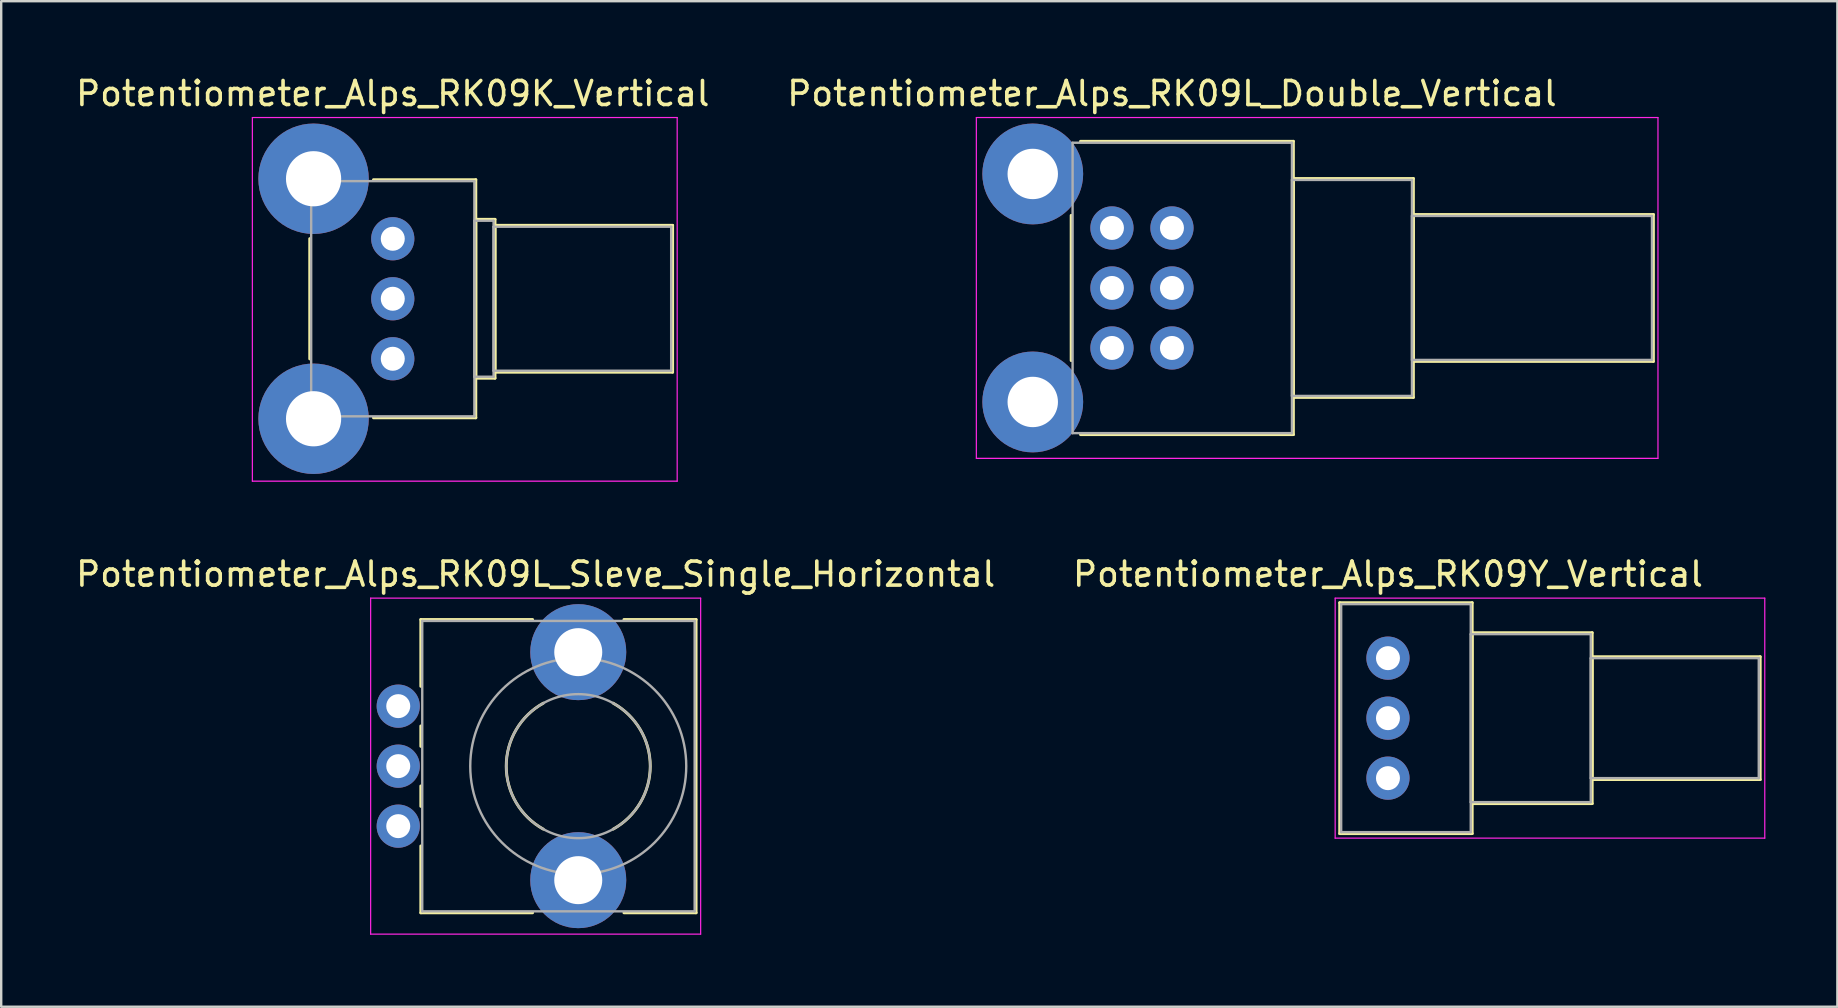
<source format=kicad_pcb>
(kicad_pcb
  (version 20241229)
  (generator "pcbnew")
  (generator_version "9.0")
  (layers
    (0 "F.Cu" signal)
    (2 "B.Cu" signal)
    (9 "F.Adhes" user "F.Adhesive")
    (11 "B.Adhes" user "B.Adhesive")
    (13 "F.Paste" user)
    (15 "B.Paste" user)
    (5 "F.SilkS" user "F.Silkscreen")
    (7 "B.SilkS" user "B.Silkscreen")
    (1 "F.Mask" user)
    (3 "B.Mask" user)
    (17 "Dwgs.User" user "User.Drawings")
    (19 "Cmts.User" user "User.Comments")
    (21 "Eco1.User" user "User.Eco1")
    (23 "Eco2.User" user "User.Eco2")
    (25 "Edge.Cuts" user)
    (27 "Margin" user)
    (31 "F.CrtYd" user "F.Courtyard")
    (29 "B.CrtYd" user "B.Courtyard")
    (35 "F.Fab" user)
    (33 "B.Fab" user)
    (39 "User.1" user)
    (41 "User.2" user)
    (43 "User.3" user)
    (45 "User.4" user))
  (footprint "Potentiometer_Alps_RK09L_Sleve_Single_Horizontal"
    (layer "F.Cu")
    (at 13.543 31.372)
    (property "Reference" "Potentiometer_Alps_RK09L_Sleve_Single_Horizontal" (at 5.725 -10.5 0) (layer "F.SilkS") (effects (font (size 1 1) (thickness 0.15))))
    (attr through_hole)
    (fp_line (start 0.94 -8.61) (end 0.94 -5.825) (stroke (width 0.12) (type solid)) (layer "F.SilkS"))
    (fp_line (start 0.94 -8.61) (end 5.598 -8.61) (stroke (width 0.12) (type solid)) (layer "F.SilkS"))
    (fp_line (start 0.94 -4.175) (end 0.94 -3.325) (stroke (width 0.12) (type solid)) (layer "F.SilkS"))
    (fp_line (start 0.94 -1.675) (end 0.94 -0.825) (stroke (width 0.12) (type solid)) (layer "F.SilkS"))
    (fp_line (start 0.94 0.825) (end 0.94 3.61) (stroke (width 0.12) (type solid)) (layer "F.SilkS"))
    (fp_line (start 0.94 3.61) (end 5.598 3.61) (stroke (width 0.12) (type solid)) (layer "F.SilkS"))
    (fp_line (start 9.403 -8.61) (end 12.41 -8.61) (stroke (width 0.12) (type solid)) (layer "F.SilkS"))
    (fp_line (start 9.403 3.61) (end 12.41 3.61) (stroke (width 0.12) (type solid)) (layer "F.SilkS"))
    (fp_line (start 12.41 -8.61) (end 12.41 3.61) (stroke (width 0.12) (type solid)) (layer "F.SilkS"))
    (fp_arc (start 6.044376 0.1241) (mid 4.49921 -2.500928) (end 6.046 -5.125) (stroke (width 0.12) (type solid)) (layer "F.SilkS"))
    (fp_arc (start 8.954246 -5.124418) (mid 10.5004 -2.500431) (end 8.955 0.124) (stroke (width 0.12) (type solid)) (layer "F.SilkS"))
    (fp_line (start -1.15 -9.5) (end -1.15 4.5) (stroke (width 0.05) (type solid)) (layer "F.CrtYd"))
    (fp_line (start -1.15 4.5) (end 12.6 4.5) (stroke (width 0.05) (type solid)) (layer "F.CrtYd"))
    (fp_line (start 12.6 -9.5) (end -1.15 -9.5) (stroke (width 0.05) (type solid)) (layer "F.CrtYd"))
    (fp_line (start 12.6 4.5) (end 12.6 -9.5) (stroke (width 0.05) (type solid)) (layer "F.CrtYd"))
    (fp_line (start 1 -8.55) (end 1 3.55) (stroke (width 0.1) (type solid)) (layer "F.Fab"))
    (fp_line (start 1 3.55) (end 12.35 3.55) (stroke (width 0.1) (type solid)) (layer "F.Fab"))
    (fp_line (start 12.35 -8.55) (end 1 -8.55) (stroke (width 0.1) (type solid)) (layer "F.Fab"))
    (fp_line (start 12.35 3.55) (end 12.35 -8.55) (stroke (width 0.1) (type solid)) (layer "F.Fab"))
    (fp_circle (center 7.5 -2.5) (end 10.5 -2.5) (stroke (width 0.1) (type solid)) (fill no) (layer "F.Fab"))
    (fp_circle (center 7.5 -2.5) (end 12 -2.5) (stroke (width 0.1) (type solid)) (fill no) (layer "F.Fab"))
    (pad "" np_thru_hole circle (at 7.5 -7.25) (size 4 4) (drill 2) (layers "*.Cu" "*.Mask"))
    (pad "" np_thru_hole circle (at 7.5 2.25) (size 4 4) (drill 2) (layers "*.Cu" "*.Mask"))
    (pad "1" thru_hole circle (at 0 0) (size 1.8 1.8) (drill 1) (layers "*.Cu" "*.Mask"))
    (pad "2" thru_hole circle (at 0 -2.5) (size 1.8 1.8) (drill 1) (layers "*.Cu" "*.Mask"))
    (pad "3" thru_hole circle (at 0 -5) (size 1.8 1.8) (drill 1) (layers "*.Cu" "*.Mask")))
  (footprint "Potentiometer_Alps_RK09K_Vertical"
    (layer "F.Cu")
    (at 13.315 11.898)
    (property "Reference" "Potentiometer_Alps_RK09K_Vertical" (at 0 -11.05 0) (layer "F.SilkS") (effects (font (size 1 1) (thickness 0.15))))
    (attr through_hole)
    (fp_line (start -3.46 -5.005) (end -3.46 0.005) (stroke (width 0.12) (type solid)) (layer "F.SilkS"))
    (fp_line (start -0.805 -7.461) (end 3.46 -7.461) (stroke (width 0.12) (type solid)) (layer "F.SilkS"))
    (fp_line (start -0.805 2.46) (end 3.46 2.46) (stroke (width 0.12) (type solid)) (layer "F.SilkS"))
    (fp_line (start 3.46 -7.461) (end 3.46 2.46) (stroke (width 0.12) (type solid)) (layer "F.SilkS"))
    (fp_line (start 3.46 -5.81) (end 3.46 0.81) (stroke (width 0.12) (type solid)) (layer "F.SilkS"))
    (fp_line (start 3.46 -5.81) (end 4.26 -5.81) (stroke (width 0.12) (type solid)) (layer "F.SilkS"))
    (fp_line (start 3.46 0.81) (end 4.26 0.81) (stroke (width 0.12) (type solid)) (layer "F.SilkS"))
    (fp_line (start 4.26 -5.81) (end 4.26 0.81) (stroke (width 0.12) (type solid)) (layer "F.SilkS"))
    (fp_line (start 4.26 -5.56) (end 4.26 0.56) (stroke (width 0.12) (type solid)) (layer "F.SilkS"))
    (fp_line (start 4.26 -5.56) (end 11.66 -5.56) (stroke (width 0.12) (type solid)) (layer "F.SilkS"))
    (fp_line (start 4.26 0.56) (end 11.66 0.56) (stroke (width 0.12) (type solid)) (layer "F.SilkS"))
    (fp_line (start 11.66 -5.56) (end 11.66 0.56) (stroke (width 0.12) (type solid)) (layer "F.SilkS"))
    (fp_line (start -5.85 -10.05) (end -5.85 5.1) (stroke (width 0.05) (type solid)) (layer "F.CrtYd"))
    (fp_line (start -5.85 5.1) (end 11.85 5.1) (stroke (width 0.05) (type solid)) (layer "F.CrtYd"))
    (fp_line (start 11.85 -10.05) (end -5.85 -10.05) (stroke (width 0.05) (type solid)) (layer "F.CrtYd"))
    (fp_line (start 11.85 5.1) (end 11.85 -10.05) (stroke (width 0.05) (type solid)) (layer "F.CrtYd"))
    (fp_line (start -3.4 -7.4) (end -3.4 2.4) (stroke (width 0.1) (type solid)) (layer "F.Fab"))
    (fp_line (start -3.4 2.4) (end 3.4 2.4) (stroke (width 0.1) (type solid)) (layer "F.Fab"))
    (fp_line (start 3.4 -7.4) (end -3.4 -7.4) (stroke (width 0.1) (type solid)) (layer "F.Fab"))
    (fp_line (start 3.4 -5.75) (end 3.4 0.75) (stroke (width 0.1) (type solid)) (layer "F.Fab"))
    (fp_line (start 3.4 0.75) (end 4.2 0.75) (stroke (width 0.1) (type solid)) (layer "F.Fab"))
    (fp_line (start 3.4 2.4) (end 3.4 -7.4) (stroke (width 0.1) (type solid)) (layer "F.Fab"))
    (fp_line (start 4.2 -5.75) (end 3.4 -5.75) (stroke (width 0.1) (type solid)) (layer "F.Fab"))
    (fp_line (start 4.2 -5.5) (end 4.2 0.5) (stroke (width 0.1) (type solid)) (layer "F.Fab"))
    (fp_line (start 4.2 0.5) (end 11.6 0.5) (stroke (width 0.1) (type solid)) (layer "F.Fab"))
    (fp_line (start 4.2 0.75) (end 4.2 -5.75) (stroke (width 0.1) (type solid)) (layer "F.Fab"))
    (fp_line (start 11.6 -5.5) (end 4.2 -5.5) (stroke (width 0.1) (type solid)) (layer "F.Fab"))
    (fp_line (start 11.6 0.5) (end 11.6 -5.5) (stroke (width 0.1) (type solid)) (layer "F.Fab"))
    (pad "0" thru_hole circle (at -3.3 -7.5) (size 4.6 4.6) (drill 2.3) (layers "*.Cu" "*.Mask"))
    (pad "0" thru_hole circle (at -3.3 2.5) (size 4.6 4.6) (drill 2.3) (layers "*.Cu" "*.Mask"))
    (pad "1" thru_hole circle (at 0 0) (size 1.8 1.8) (drill 1) (layers "*.Cu" "*.Mask"))
    (pad "2" thru_hole circle (at 0 -2.5) (size 1.8 1.8) (drill 1) (layers "*.Cu" "*.Mask"))
    (pad "3" thru_hole circle (at 0 -5) (size 1.8 1.8) (drill 1) (layers "*.Cu" "*.Mask")))
  (footprint "Potentiometer_Alps_RK09Y_Vertical"
    (layer "F.Cu")
    (at 54.78 29.372)
    (property "Reference" "Potentiometer_Alps_RK09Y_Vertical" (at 0 -8.5 0) (layer "F.SilkS") (effects (font (size 1 1) (thickness 0.15))))
    (attr through_hole)
    (fp_line (start -2.011 -7.31) (end -2.011 2.31) (stroke (width 0.12) (type solid)) (layer "F.SilkS"))
    (fp_line (start -2.011 -7.31) (end 3.51 -7.31) (stroke (width 0.12) (type solid)) (layer "F.SilkS"))
    (fp_line (start -2.011 2.31) (end 3.51 2.31) (stroke (width 0.12) (type solid)) (layer "F.SilkS"))
    (fp_line (start 3.51 -7.31) (end 3.51 2.31) (stroke (width 0.12) (type solid)) (layer "F.SilkS"))
    (fp_line (start 3.51 -6.06) (end 3.51 1.06) (stroke (width 0.12) (type solid)) (layer "F.SilkS"))
    (fp_line (start 3.51 -6.06) (end 8.51 -6.06) (stroke (width 0.12) (type solid)) (layer "F.SilkS"))
    (fp_line (start 3.51 1.06) (end 8.51 1.06) (stroke (width 0.12) (type solid)) (layer "F.SilkS"))
    (fp_line (start 8.51 -6.06) (end 8.51 1.06) (stroke (width 0.12) (type solid)) (layer "F.SilkS"))
    (fp_line (start 8.51 -5.06) (end 8.51 0.06) (stroke (width 0.12) (type solid)) (layer "F.SilkS"))
    (fp_line (start 8.51 -5.06) (end 15.51 -5.06) (stroke (width 0.12) (type solid)) (layer "F.SilkS"))
    (fp_line (start 8.51 0.06) (end 15.51 0.06) (stroke (width 0.12) (type solid)) (layer "F.SilkS"))
    (fp_line (start 15.51 -5.06) (end 15.51 0.06) (stroke (width 0.12) (type solid)) (layer "F.SilkS"))
    (fp_line (start -2.2 -7.5) (end -2.2 2.5) (stroke (width 0.05) (type solid)) (layer "F.CrtYd"))
    (fp_line (start -2.2 2.5) (end 15.7 2.5) (stroke (width 0.05) (type solid)) (layer "F.CrtYd"))
    (fp_line (start 15.7 -7.5) (end -2.2 -7.5) (stroke (width 0.05) (type solid)) (layer "F.CrtYd"))
    (fp_line (start 15.7 2.5) (end 15.7 -7.5) (stroke (width 0.05) (type solid)) (layer "F.CrtYd"))
    (fp_line (start -1.95 -7.25) (end -1.95 2.25) (stroke (width 0.1) (type solid)) (layer "F.Fab"))
    (fp_line (start -1.95 2.25) (end 3.45 2.25) (stroke (width 0.1) (type solid)) (layer "F.Fab"))
    (fp_line (start 3.45 -7.25) (end -1.95 -7.25) (stroke (width 0.1) (type solid)) (layer "F.Fab"))
    (fp_line (start 3.45 -6) (end 3.45 1) (stroke (width 0.1) (type solid)) (layer "F.Fab"))
    (fp_line (start 3.45 1) (end 8.45 1) (stroke (width 0.1) (type solid)) (layer "F.Fab"))
    (fp_line (start 3.45 2.25) (end 3.45 -7.25) (stroke (width 0.1) (type solid)) (layer "F.Fab"))
    (fp_line (start 8.45 -6) (end 3.45 -6) (stroke (width 0.1) (type solid)) (layer "F.Fab"))
    (fp_line (start 8.45 -5) (end 8.45 0) (stroke (width 0.1) (type solid)) (layer "F.Fab"))
    (fp_line (start 8.45 0) (end 15.45 0) (stroke (width 0.1) (type solid)) (layer "F.Fab"))
    (fp_line (start 8.45 1) (end 8.45 -6) (stroke (width 0.1) (type solid)) (layer "F.Fab"))
    (fp_line (start 15.45 -5) (end 8.45 -5) (stroke (width 0.1) (type solid)) (layer "F.Fab"))
    (fp_line (start 15.45 0) (end 15.45 -5) (stroke (width 0.1) (type solid)) (layer "F.Fab"))
    (pad "1" thru_hole circle (at 0 0) (size 1.8 1.8) (drill 1) (layers "*.Cu" "*.Mask"))
    (pad "2" thru_hole circle (at 0 -2.5) (size 1.8 1.8) (drill 1) (layers "*.Cu" "*.Mask"))
    (pad "3" thru_hole circle (at 0 -5) (size 1.8 1.8) (drill 1) (layers "*.Cu" "*.Mask")))
  (footprint "Potentiometer_Alps_RK09L_Double_Vertical"
    (layer "F.Cu")
    (at 45.78 11.448)
    (property "Reference" "Potentiometer_Alps_RK09L_Double_Vertical" (at 0 -10.6 0) (layer "F.SilkS") (effects (font (size 1 1) (thickness 0.15))))
    (attr through_hole)
    (fp_line (start -4.2 -5.525) (end -4.2 0.525) (stroke (width 0.12) (type solid)) (layer "F.SilkS"))
    (fp_line (start -3.811 -8.61) (end 5.06 -8.61) (stroke (width 0.12) (type solid)) (layer "F.SilkS"))
    (fp_line (start -3.811 3.61) (end 5.06 3.61) (stroke (width 0.12) (type solid)) (layer "F.SilkS"))
    (fp_line (start 5.06 -8.61) (end 5.06 3.61) (stroke (width 0.12) (type solid)) (layer "F.SilkS"))
    (fp_line (start 5.06 -7.06) (end 5.06 2.06) (stroke (width 0.12) (type solid)) (layer "F.SilkS"))
    (fp_line (start 5.06 -7.06) (end 10.06 -7.06) (stroke (width 0.12) (type solid)) (layer "F.SilkS"))
    (fp_line (start 5.06 2.06) (end 10.06 2.06) (stroke (width 0.12) (type solid)) (layer "F.SilkS"))
    (fp_line (start 10.06 -7.06) (end 10.06 2.06) (stroke (width 0.12) (type solid)) (layer "F.SilkS"))
    (fp_line (start 10.06 -5.56) (end 10.06 0.56) (stroke (width 0.12) (type solid)) (layer "F.SilkS"))
    (fp_line (start 10.06 -5.56) (end 20.06 -5.56) (stroke (width 0.12) (type solid)) (layer "F.SilkS"))
    (fp_line (start 10.06 0.56) (end 20.06 0.56) (stroke (width 0.12) (type solid)) (layer "F.SilkS"))
    (fp_line (start 20.06 -5.56) (end 20.06 0.56) (stroke (width 0.12) (type solid)) (layer "F.SilkS"))
    (fp_line (start -8.15 -9.6) (end -8.15 4.6) (stroke (width 0.05) (type solid)) (layer "F.CrtYd"))
    (fp_line (start -8.15 4.6) (end 20.25 4.6) (stroke (width 0.05) (type solid)) (layer "F.CrtYd"))
    (fp_line (start 20.25 -9.6) (end -8.15 -9.6) (stroke (width 0.05) (type solid)) (layer "F.CrtYd"))
    (fp_line (start 20.25 4.6) (end 20.25 -9.6) (stroke (width 0.05) (type solid)) (layer "F.CrtYd"))
    (fp_line (start -4.14 -8.55) (end -4.14 3.55) (stroke (width 0.1) (type solid)) (layer "F.Fab"))
    (fp_line (start -4.14 3.55) (end 5 3.55) (stroke (width 0.1) (type solid)) (layer "F.Fab"))
    (fp_line (start 5 -8.55) (end -4.14 -8.55) (stroke (width 0.1) (type solid)) (layer "F.Fab"))
    (fp_line (start 5 -7) (end 5 2) (stroke (width 0.1) (type solid)) (layer "F.Fab"))
    (fp_line (start 5 2) (end 10 2) (stroke (width 0.1) (type solid)) (layer "F.Fab"))
    (fp_line (start 5 3.55) (end 5 -8.55) (stroke (width 0.1) (type solid)) (layer "F.Fab"))
    (fp_line (start 10 -7) (end 5 -7) (stroke (width 0.1) (type solid)) (layer "F.Fab"))
    (fp_line (start 10 -5.5) (end 10 0.5) (stroke (width 0.1) (type solid)) (layer "F.Fab"))
    (fp_line (start 10 0.5) (end 20 0.5) (stroke (width 0.1) (type solid)) (layer "F.Fab"))
    (fp_line (start 10 2) (end 10 -7) (stroke (width 0.1) (type solid)) (layer "F.Fab"))
    (fp_line (start 20 -5.5) (end 10 -5.5) (stroke (width 0.1) (type solid)) (layer "F.Fab"))
    (fp_line (start 20 0.5) (end 20 -5.5) (stroke (width 0.1) (type solid)) (layer "F.Fab"))
    (pad "0" thru_hole circle (at -5.8 -7.25) (size 4.2 4.2) (drill 2.1) (layers "*.Cu" "*.Mask"))
    (pad "0" thru_hole circle (at -5.8 2.25) (size 4.2 4.2) (drill 2.1) (layers "*.Cu" "*.Mask"))
    (pad "1" thru_hole circle (at 0 0) (size 1.8 1.8) (drill 1) (layers "*.Cu" "*.Mask"))
    (pad "2" thru_hole circle (at 0 -2.5) (size 1.8 1.8) (drill 1) (layers "*.Cu" "*.Mask"))
    (pad "3" thru_hole circle (at 0 -5) (size 1.8 1.8) (drill 1) (layers "*.Cu" "*.Mask"))
    (pad "4" thru_hole circle (at -2.5 0) (size 1.8 1.8) (drill 1) (layers "*.Cu" "*.Mask"))
    (pad "5" thru_hole circle (at -2.5 -2.5) (size 1.8 1.8) (drill 1) (layers "*.Cu" "*.Mask"))
    (pad "6" thru_hole circle (at -2.5 -5) (size 1.8 1.8) (drill 1) (layers "*.Cu" "*.Mask")))
  (gr_rect
    (start -3 -3)
    (end 73.505 38.897)
    (stroke (width 0.1) (type default))
    (fill no)
    (layer "Edge.Cuts")))
</source>
